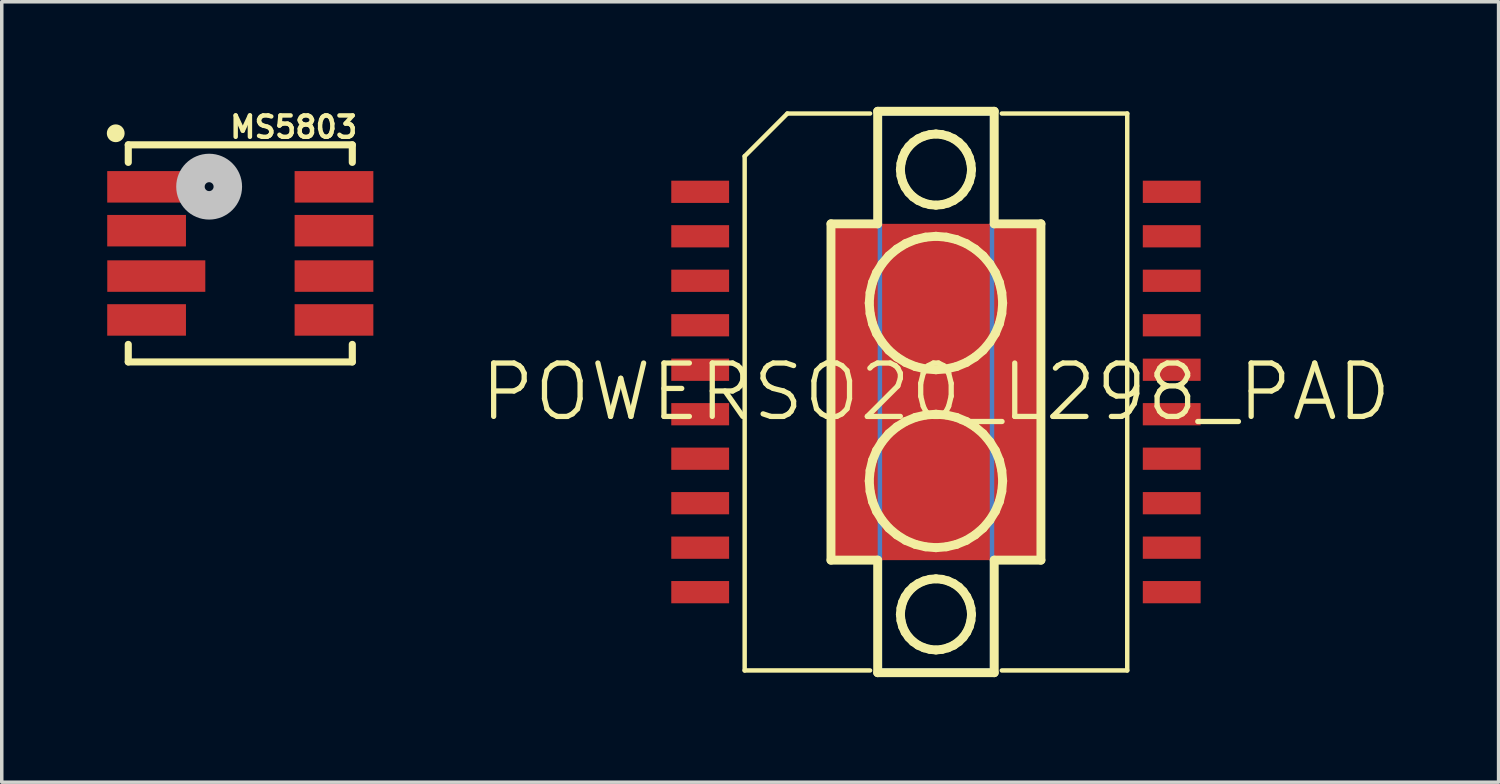
<source format=kicad_pcb>
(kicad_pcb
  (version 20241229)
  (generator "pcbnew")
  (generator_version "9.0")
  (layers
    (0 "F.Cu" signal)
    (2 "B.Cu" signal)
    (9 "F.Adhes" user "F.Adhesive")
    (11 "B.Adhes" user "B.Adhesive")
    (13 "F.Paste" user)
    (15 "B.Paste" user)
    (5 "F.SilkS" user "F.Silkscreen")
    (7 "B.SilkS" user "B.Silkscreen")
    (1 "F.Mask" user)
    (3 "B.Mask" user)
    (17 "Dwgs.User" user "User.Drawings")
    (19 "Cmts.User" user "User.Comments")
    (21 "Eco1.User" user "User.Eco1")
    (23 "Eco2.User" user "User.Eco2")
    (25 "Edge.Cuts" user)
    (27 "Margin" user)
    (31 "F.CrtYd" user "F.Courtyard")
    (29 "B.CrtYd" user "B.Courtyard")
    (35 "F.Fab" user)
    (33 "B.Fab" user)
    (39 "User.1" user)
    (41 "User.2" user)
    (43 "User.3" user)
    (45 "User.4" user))
  (footprint "MS5803"
    (layer "F.Cu")
    (at 3.81 4.184)
    (property "Reference" "MS5803" (at 1.524 -3.604 0) (layer "F.SilkS") (effects (font (size 0.61 0.61) (thickness 0.127))))
    (attr smd)
    (fp_line (start -3.198 -3.099) (end -3.198 -2.598) (stroke (width 0.203) (type solid)) (layer "F.SilkS"))
    (fp_line (start -3.198 -3.099) (end 3.198 -3.099) (stroke (width 0.203) (type solid)) (layer "F.SilkS"))
    (fp_line (start -3.198 3.099) (end -3.198 2.598) (stroke (width 0.203) (type solid)) (layer "F.SilkS"))
    (fp_line (start 3.198 -3.099) (end 3.198 -2.598) (stroke (width 0.203) (type solid)) (layer "F.SilkS"))
    (fp_line (start 3.198 3.099) (end -3.198 3.099) (stroke (width 0.203) (type solid)) (layer "F.SilkS"))
    (fp_line (start 3.198 3.099) (end 3.198 2.598) (stroke (width 0.203) (type solid)) (layer "F.SilkS"))
    (fp_circle (center -3.556 -3.429) (end -3.556 -3.683) (stroke (width 0) (type solid)) (fill yes) (layer "F.SilkS"))
    (fp_circle (center -0.889 -1.905) (end -0.889 -2.032) (stroke (width 0.813) (type solid)) (fill no) (layer "Dwgs.User"))
    (pad "1" smd rect (at -2.675 -1.9 90) (size 0.899 2.248) (layers "F.Cu" "F.Mask" "F.Paste"))
    (pad "2" smd rect (at -2.675 -0.648 90) (size 0.899 2.248) (layers "F.Cu" "F.Mask" "F.Paste"))
    (pad "3" smd rect (at -2.398 0.648 90) (size 0.899 2.799) (layers "F.Cu" "F.Mask" "F.Paste"))
    (pad "4" smd rect (at -2.675 1.9 90) (size 0.899 2.248) (layers "F.Cu" "F.Mask" "F.Paste"))
    (pad "5" smd rect (at 2.675 1.9 90) (size 0.899 2.248) (layers "F.Cu" "F.Mask" "F.Paste"))
    (pad "6" smd rect (at 2.675 0.648 90) (size 0.899 2.248) (layers "F.Cu" "F.Mask" "F.Paste"))
    (pad "7" smd rect (at 2.675 -0.648 90) (size 0.899 2.248) (layers "F.Cu" "F.Mask" "F.Paste"))
    (pad "8" smd rect (at 2.675 -1.9 90) (size 0.899 2.248) (layers "F.Cu" "F.Mask" "F.Paste")))
  (footprint "POWERSO20_L298_PAD"
    (layer "F.Cu")
    (at 23.671 8.141)
    (property "Reference" "POWERSO20_L298_PAD" (at 0 0 0) (layer "F.SilkS") (effects (font (size 1.524 1.524) (thickness 0.15))))
    (attr smd)
    (fp_line (start -1.6 -7.95) (end 1.6 -7.95) (stroke (width 0.127) (type solid)) (layer "B.Cu"))
    (fp_line (start -1.6 7.95) (end -1.6 -7.95) (stroke (width 0.127) (type solid)) (layer "B.Cu"))
    (fp_line (start 1.6 -7.95) (end 1.6 7.95) (stroke (width 0.127) (type solid)) (layer "B.Cu"))
    (fp_line (start 1.6 7.95) (end -1.6 7.95) (stroke (width 0.127) (type solid)) (layer "B.Cu"))
    (fp_line (start -5.461 -6.731) (end -5.461 7.95) (stroke (width 0.127) (type solid)) (layer "F.SilkS"))
    (fp_line (start -5.461 -6.731) (end -4.242 -7.95) (stroke (width 0.127) (type solid)) (layer "F.SilkS"))
    (fp_line (start -5.461 7.95) (end -1.88 7.95) (stroke (width 0.127) (type solid)) (layer "F.SilkS"))
    (fp_line (start -4.242 -7.95) (end -1.88 -7.95) (stroke (width 0.127) (type solid)) (layer "F.SilkS"))
    (fp_line (start -2.997 -4.801) (end -1.664 -4.801) (stroke (width 0.254) (type solid)) (layer "F.SilkS"))
    (fp_line (start -2.997 4.801) (end -2.997 -4.801) (stroke (width 0.254) (type solid)) (layer "F.SilkS"))
    (fp_line (start -1.905 -2.54) (end -1.88 -2.837) (stroke (width 0.254) (type solid)) (layer "F.SilkS"))
    (fp_line (start -1.905 2.54) (end -1.88 2.24) (stroke (width 0.254) (type solid)) (layer "F.SilkS"))
    (fp_line (start -1.88 -2.837) (end -1.811 -3.127) (stroke (width 0.254) (type solid)) (layer "F.SilkS"))
    (fp_line (start -1.88 -2.24) (end -1.905 -2.54) (stroke (width 0.254) (type solid)) (layer "F.SilkS"))
    (fp_line (start -1.88 2.24) (end -1.811 1.951) (stroke (width 0.254) (type solid)) (layer "F.SilkS"))
    (fp_line (start -1.88 2.837) (end -1.905 2.54) (stroke (width 0.254) (type solid)) (layer "F.SilkS"))
    (fp_line (start -1.811 -3.127) (end -1.697 -3.404) (stroke (width 0.254) (type solid)) (layer "F.SilkS"))
    (fp_line (start -1.811 -1.951) (end -1.88 -2.24) (stroke (width 0.254) (type solid)) (layer "F.SilkS"))
    (fp_line (start -1.811 1.951) (end -1.697 1.674) (stroke (width 0.254) (type solid)) (layer "F.SilkS"))
    (fp_line (start -1.811 3.127) (end -1.88 2.837) (stroke (width 0.254) (type solid)) (layer "F.SilkS"))
    (fp_line (start -1.697 -3.404) (end -1.539 -3.658) (stroke (width 0.254) (type solid)) (layer "F.SilkS"))
    (fp_line (start -1.697 -1.674) (end -1.811 -1.951) (stroke (width 0.254) (type solid)) (layer "F.SilkS"))
    (fp_line (start -1.697 1.674) (end -1.539 1.42) (stroke (width 0.254) (type solid)) (layer "F.SilkS"))
    (fp_line (start -1.697 3.404) (end -1.811 3.127) (stroke (width 0.254) (type solid)) (layer "F.SilkS"))
    (fp_line (start -1.664 -8.014) (end 1.664 -8.014) (stroke (width 0.254) (type solid)) (layer "F.SilkS"))
    (fp_line (start -1.664 -4.801) (end -1.664 -8.014) (stroke (width 0.254) (type solid)) (layer "F.SilkS"))
    (fp_line (start -1.664 4.801) (end -2.997 4.801) (stroke (width 0.254) (type solid)) (layer "F.SilkS"))
    (fp_line (start -1.664 8.014) (end -1.664 4.801) (stroke (width 0.254) (type solid)) (layer "F.SilkS"))
    (fp_line (start -1.539 -3.658) (end -1.346 -3.886) (stroke (width 0.254) (type solid)) (layer "F.SilkS"))
    (fp_line (start -1.539 -1.42) (end -1.697 -1.674) (stroke (width 0.254) (type solid)) (layer "F.SilkS"))
    (fp_line (start -1.539 1.42) (end -1.346 1.191) (stroke (width 0.254) (type solid)) (layer "F.SilkS"))
    (fp_line (start -1.539 3.658) (end -1.697 3.404) (stroke (width 0.254) (type solid)) (layer "F.SilkS"))
    (fp_line (start -1.346 -3.886) (end -1.118 -4.079) (stroke (width 0.254) (type solid)) (layer "F.SilkS"))
    (fp_line (start -1.346 -1.191) (end -1.539 -1.42) (stroke (width 0.254) (type solid)) (layer "F.SilkS"))
    (fp_line (start -1.346 1.191) (end -1.118 0.998) (stroke (width 0.254) (type solid)) (layer "F.SilkS"))
    (fp_line (start -1.346 3.886) (end -1.539 3.658) (stroke (width 0.254) (type solid)) (layer "F.SilkS"))
    (fp_line (start -1.118 -4.079) (end -0.864 -4.237) (stroke (width 0.254) (type solid)) (layer "F.SilkS"))
    (fp_line (start -1.118 -0.998) (end -1.346 -1.191) (stroke (width 0.254) (type solid)) (layer "F.SilkS"))
    (fp_line (start -1.118 0.998) (end -0.864 0.841) (stroke (width 0.254) (type solid)) (layer "F.SilkS"))
    (fp_line (start -1.118 4.079) (end -1.346 3.886) (stroke (width 0.254) (type solid)) (layer "F.SilkS"))
    (fp_line (start -1.016 -6.35) (end -0.998 -6.525) (stroke (width 0.254) (type solid)) (layer "F.SilkS"))
    (fp_line (start -1.016 6.35) (end -0.998 6.172) (stroke (width 0.254) (type solid)) (layer "F.SilkS"))
    (fp_line (start -0.998 -6.525) (end -0.953 -6.695) (stroke (width 0.254) (type solid)) (layer "F.SilkS"))
    (fp_line (start -0.998 -6.172) (end -1.016 -6.35) (stroke (width 0.254) (type solid)) (layer "F.SilkS"))
    (fp_line (start -0.998 6.172) (end -0.953 6.002) (stroke (width 0.254) (type solid)) (layer "F.SilkS"))
    (fp_line (start -0.998 6.525) (end -1.016 6.35) (stroke (width 0.254) (type solid)) (layer "F.SilkS"))
    (fp_line (start -0.953 -6.695) (end -0.879 -6.858) (stroke (width 0.254) (type solid)) (layer "F.SilkS"))
    (fp_line (start -0.953 -6.002) (end -0.998 -6.172) (stroke (width 0.254) (type solid)) (layer "F.SilkS"))
    (fp_line (start -0.953 6.002) (end -0.879 5.842) (stroke (width 0.254) (type solid)) (layer "F.SilkS"))
    (fp_line (start -0.953 6.695) (end -0.998 6.525) (stroke (width 0.254) (type solid)) (layer "F.SilkS"))
    (fp_line (start -0.879 -6.858) (end -0.777 -7.003) (stroke (width 0.254) (type solid)) (layer "F.SilkS"))
    (fp_line (start -0.879 -5.842) (end -0.953 -6.002) (stroke (width 0.254) (type solid)) (layer "F.SilkS"))
    (fp_line (start -0.879 5.842) (end -0.777 5.695) (stroke (width 0.254) (type solid)) (layer "F.SilkS"))
    (fp_line (start -0.879 6.858) (end -0.953 6.695) (stroke (width 0.254) (type solid)) (layer "F.SilkS"))
    (fp_line (start -0.864 -4.237) (end -0.587 -4.351) (stroke (width 0.254) (type solid)) (layer "F.SilkS"))
    (fp_line (start -0.864 -0.841) (end -1.118 -0.998) (stroke (width 0.254) (type solid)) (layer "F.SilkS"))
    (fp_line (start -0.864 0.841) (end -0.587 0.726) (stroke (width 0.254) (type solid)) (layer "F.SilkS"))
    (fp_line (start -0.864 4.237) (end -1.118 4.079) (stroke (width 0.254) (type solid)) (layer "F.SilkS"))
    (fp_line (start -0.777 -7.003) (end -0.653 -7.127) (stroke (width 0.254) (type solid)) (layer "F.SilkS"))
    (fp_line (start -0.777 -5.695) (end -0.879 -5.842) (stroke (width 0.254) (type solid)) (layer "F.SilkS"))
    (fp_line (start -0.777 5.695) (end -0.653 5.57) (stroke (width 0.254) (type solid)) (layer "F.SilkS"))
    (fp_line (start -0.777 7.003) (end -0.879 6.858) (stroke (width 0.254) (type solid)) (layer "F.SilkS"))
    (fp_line (start -0.653 -7.127) (end -0.508 -7.229) (stroke (width 0.254) (type solid)) (layer "F.SilkS"))
    (fp_line (start -0.653 -5.57) (end -0.777 -5.695) (stroke (width 0.254) (type solid)) (layer "F.SilkS"))
    (fp_line (start -0.653 5.57) (end -0.508 5.469) (stroke (width 0.254) (type solid)) (layer "F.SilkS"))
    (fp_line (start -0.653 7.127) (end -0.777 7.003) (stroke (width 0.254) (type solid)) (layer "F.SilkS"))
    (fp_line (start -0.587 -4.351) (end -0.297 -4.42) (stroke (width 0.254) (type solid)) (layer "F.SilkS"))
    (fp_line (start -0.587 -0.726) (end -0.864 -0.841) (stroke (width 0.254) (type solid)) (layer "F.SilkS"))
    (fp_line (start -0.587 0.726) (end -0.297 0.658) (stroke (width 0.254) (type solid)) (layer "F.SilkS"))
    (fp_line (start -0.587 4.351) (end -0.864 4.237) (stroke (width 0.254) (type solid)) (layer "F.SilkS"))
    (fp_line (start -0.508 -7.229) (end -0.345 -7.303) (stroke (width 0.254) (type solid)) (layer "F.SilkS"))
    (fp_line (start -0.508 -5.469) (end -0.653 -5.57) (stroke (width 0.254) (type solid)) (layer "F.SilkS"))
    (fp_line (start -0.508 5.469) (end -0.345 5.395) (stroke (width 0.254) (type solid)) (layer "F.SilkS"))
    (fp_line (start -0.508 7.229) (end -0.653 7.127) (stroke (width 0.254) (type solid)) (layer "F.SilkS"))
    (fp_line (start -0.345 -7.303) (end -0.175 -7.348) (stroke (width 0.254) (type solid)) (layer "F.SilkS"))
    (fp_line (start -0.345 -5.395) (end -0.508 -5.469) (stroke (width 0.254) (type solid)) (layer "F.SilkS"))
    (fp_line (start -0.345 5.395) (end -0.175 5.349) (stroke (width 0.254) (type solid)) (layer "F.SilkS"))
    (fp_line (start -0.345 7.303) (end -0.508 7.229) (stroke (width 0.254) (type solid)) (layer "F.SilkS"))
    (fp_line (start -0.297 -4.42) (end 0 -4.445) (stroke (width 0.254) (type solid)) (layer "F.SilkS"))
    (fp_line (start -0.297 -0.658) (end -0.587 -0.726) (stroke (width 0.254) (type solid)) (layer "F.SilkS"))
    (fp_line (start -0.297 0.658) (end 0 0.635) (stroke (width 0.254) (type solid)) (layer "F.SilkS"))
    (fp_line (start -0.297 4.42) (end -0.587 4.351) (stroke (width 0.254) (type solid)) (layer "F.SilkS"))
    (fp_line (start -0.175 -7.348) (end 0 -7.366) (stroke (width 0.254) (type solid)) (layer "F.SilkS"))
    (fp_line (start -0.175 -5.349) (end -0.345 -5.395) (stroke (width 0.254) (type solid)) (layer "F.SilkS"))
    (fp_line (start -0.175 5.349) (end 0 5.334) (stroke (width 0.254) (type solid)) (layer "F.SilkS"))
    (fp_line (start -0.175 7.348) (end -0.345 7.303) (stroke (width 0.254) (type solid)) (layer "F.SilkS"))
    (fp_line (start 0 -7.366) (end 0.175 -7.348) (stroke (width 0.254) (type solid)) (layer "F.SilkS"))
    (fp_line (start 0 -5.334) (end -0.175 -5.349) (stroke (width 0.254) (type solid)) (layer "F.SilkS"))
    (fp_line (start 0 -4.445) (end 0.297 -4.42) (stroke (width 0.254) (type solid)) (layer "F.SilkS"))
    (fp_line (start 0 -0.635) (end -0.297 -0.658) (stroke (width 0.254) (type solid)) (layer "F.SilkS"))
    (fp_line (start 0 0.635) (end 0.297 0.658) (stroke (width 0.254) (type solid)) (layer "F.SilkS"))
    (fp_line (start 0 4.445) (end -0.297 4.42) (stroke (width 0.254) (type solid)) (layer "F.SilkS"))
    (fp_line (start 0 5.334) (end 0.175 5.349) (stroke (width 0.254) (type solid)) (layer "F.SilkS"))
    (fp_line (start 0 7.366) (end -0.175 7.348) (stroke (width 0.254) (type solid)) (layer "F.SilkS"))
    (fp_line (start 0.175 -7.348) (end 0.345 -7.303) (stroke (width 0.254) (type solid)) (layer "F.SilkS"))
    (fp_line (start 0.175 -5.349) (end 0 -5.334) (stroke (width 0.254) (type solid)) (layer "F.SilkS"))
    (fp_line (start 0.175 5.349) (end 0.345 5.395) (stroke (width 0.254) (type solid)) (layer "F.SilkS"))
    (fp_line (start 0.175 7.348) (end 0 7.366) (stroke (width 0.254) (type solid)) (layer "F.SilkS"))
    (fp_line (start 0.297 -4.42) (end 0.587 -4.351) (stroke (width 0.254) (type solid)) (layer "F.SilkS"))
    (fp_line (start 0.297 -0.658) (end 0 -0.635) (stroke (width 0.254) (type solid)) (layer "F.SilkS"))
    (fp_line (start 0.297 0.658) (end 0.587 0.726) (stroke (width 0.254) (type solid)) (layer "F.SilkS"))
    (fp_line (start 0.297 4.42) (end 0 4.445) (stroke (width 0.254) (type solid)) (layer "F.SilkS"))
    (fp_line (start 0.345 -7.303) (end 0.508 -7.229) (stroke (width 0.254) (type solid)) (layer "F.SilkS"))
    (fp_line (start 0.345 -5.395) (end 0.175 -5.349) (stroke (width 0.254) (type solid)) (layer "F.SilkS"))
    (fp_line (start 0.345 5.395) (end 0.508 5.469) (stroke (width 0.254) (type solid)) (layer "F.SilkS"))
    (fp_line (start 0.345 7.303) (end 0.175 7.348) (stroke (width 0.254) (type solid)) (layer "F.SilkS"))
    (fp_line (start 0.508 -7.229) (end 0.653 -7.127) (stroke (width 0.254) (type solid)) (layer "F.SilkS"))
    (fp_line (start 0.508 -5.469) (end 0.345 -5.395) (stroke (width 0.254) (type solid)) (layer "F.SilkS"))
    (fp_line (start 0.508 5.469) (end 0.653 5.57) (stroke (width 0.254) (type solid)) (layer "F.SilkS"))
    (fp_line (start 0.508 7.229) (end 0.345 7.303) (stroke (width 0.254) (type solid)) (layer "F.SilkS"))
    (fp_line (start 0.587 -4.351) (end 0.864 -4.237) (stroke (width 0.254) (type solid)) (layer "F.SilkS"))
    (fp_line (start 0.587 -0.726) (end 0.297 -0.658) (stroke (width 0.254) (type solid)) (layer "F.SilkS"))
    (fp_line (start 0.587 0.726) (end 0.864 0.841) (stroke (width 0.254) (type solid)) (layer "F.SilkS"))
    (fp_line (start 0.587 4.351) (end 0.297 4.42) (stroke (width 0.254) (type solid)) (layer "F.SilkS"))
    (fp_line (start 0.653 -7.127) (end 0.777 -7.003) (stroke (width 0.254) (type solid)) (layer "F.SilkS"))
    (fp_line (start 0.653 -5.57) (end 0.508 -5.469) (stroke (width 0.254) (type solid)) (layer "F.SilkS"))
    (fp_line (start 0.653 5.57) (end 0.777 5.695) (stroke (width 0.254) (type solid)) (layer "F.SilkS"))
    (fp_line (start 0.653 7.127) (end 0.508 7.229) (stroke (width 0.254) (type solid)) (layer "F.SilkS"))
    (fp_line (start 0.777 -7.003) (end 0.879 -6.858) (stroke (width 0.254) (type solid)) (layer "F.SilkS"))
    (fp_line (start 0.777 -5.695) (end 0.653 -5.57) (stroke (width 0.254) (type solid)) (layer "F.SilkS"))
    (fp_line (start 0.777 5.695) (end 0.879 5.842) (stroke (width 0.254) (type solid)) (layer "F.SilkS"))
    (fp_line (start 0.777 7.003) (end 0.653 7.127) (stroke (width 0.254) (type solid)) (layer "F.SilkS"))
    (fp_line (start 0.864 -4.237) (end 1.118 -4.079) (stroke (width 0.254) (type solid)) (layer "F.SilkS"))
    (fp_line (start 0.864 -0.841) (end 0.587 -0.726) (stroke (width 0.254) (type solid)) (layer "F.SilkS"))
    (fp_line (start 0.864 0.841) (end 1.118 0.998) (stroke (width 0.254) (type solid)) (layer "F.SilkS"))
    (fp_line (start 0.864 4.237) (end 0.587 4.351) (stroke (width 0.254) (type solid)) (layer "F.SilkS"))
    (fp_line (start 0.879 -6.858) (end 0.953 -6.695) (stroke (width 0.254) (type solid)) (layer "F.SilkS"))
    (fp_line (start 0.879 -5.842) (end 0.777 -5.695) (stroke (width 0.254) (type solid)) (layer "F.SilkS"))
    (fp_line (start 0.879 5.842) (end 0.953 6.002) (stroke (width 0.254) (type solid)) (layer "F.SilkS"))
    (fp_line (start 0.879 6.858) (end 0.777 7.003) (stroke (width 0.254) (type solid)) (layer "F.SilkS"))
    (fp_line (start 0.953 -6.695) (end 0.998 -6.525) (stroke (width 0.254) (type solid)) (layer "F.SilkS"))
    (fp_line (start 0.953 -6.002) (end 0.879 -5.842) (stroke (width 0.254) (type solid)) (layer "F.SilkS"))
    (fp_line (start 0.953 6.002) (end 0.998 6.172) (stroke (width 0.254) (type solid)) (layer "F.SilkS"))
    (fp_line (start 0.953 6.695) (end 0.879 6.858) (stroke (width 0.254) (type solid)) (layer "F.SilkS"))
    (fp_line (start 0.998 -6.525) (end 1.016 -6.35) (stroke (width 0.254) (type solid)) (layer "F.SilkS"))
    (fp_line (start 0.998 -6.172) (end 0.953 -6.002) (stroke (width 0.254) (type solid)) (layer "F.SilkS"))
    (fp_line (start 0.998 6.172) (end 1.016 6.35) (stroke (width 0.254) (type solid)) (layer "F.SilkS"))
    (fp_line (start 0.998 6.525) (end 0.953 6.695) (stroke (width 0.254) (type solid)) (layer "F.SilkS"))
    (fp_line (start 1.016 -6.35) (end 0.998 -6.172) (stroke (width 0.254) (type solid)) (layer "F.SilkS"))
    (fp_line (start 1.016 6.35) (end 0.998 6.525) (stroke (width 0.254) (type solid)) (layer "F.SilkS"))
    (fp_line (start 1.118 -4.079) (end 1.346 -3.886) (stroke (width 0.254) (type solid)) (layer "F.SilkS"))
    (fp_line (start 1.118 -0.998) (end 0.864 -0.841) (stroke (width 0.254) (type solid)) (layer "F.SilkS"))
    (fp_line (start 1.118 0.998) (end 1.346 1.191) (stroke (width 0.254) (type solid)) (layer "F.SilkS"))
    (fp_line (start 1.118 4.079) (end 0.864 4.237) (stroke (width 0.254) (type solid)) (layer "F.SilkS"))
    (fp_line (start 1.346 -3.886) (end 1.539 -3.658) (stroke (width 0.254) (type solid)) (layer "F.SilkS"))
    (fp_line (start 1.346 -1.191) (end 1.118 -0.998) (stroke (width 0.254) (type solid)) (layer "F.SilkS"))
    (fp_line (start 1.346 1.191) (end 1.539 1.42) (stroke (width 0.254) (type solid)) (layer "F.SilkS"))
    (fp_line (start 1.346 3.886) (end 1.118 4.079) (stroke (width 0.254) (type solid)) (layer "F.SilkS"))
    (fp_line (start 1.539 -3.658) (end 1.697 -3.404) (stroke (width 0.254) (type solid)) (layer "F.SilkS"))
    (fp_line (start 1.539 -1.42) (end 1.346 -1.191) (stroke (width 0.254) (type solid)) (layer "F.SilkS"))
    (fp_line (start 1.539 1.42) (end 1.697 1.674) (stroke (width 0.254) (type solid)) (layer "F.SilkS"))
    (fp_line (start 1.539 3.658) (end 1.346 3.886) (stroke (width 0.254) (type solid)) (layer "F.SilkS"))
    (fp_line (start 1.664 -8.014) (end 1.664 -4.801) (stroke (width 0.254) (type solid)) (layer "F.SilkS"))
    (fp_line (start 1.664 -4.801) (end 2.997 -4.801) (stroke (width 0.254) (type solid)) (layer "F.SilkS"))
    (fp_line (start 1.664 4.801) (end 1.664 8.014) (stroke (width 0.254) (type solid)) (layer "F.SilkS"))
    (fp_line (start 1.664 8.014) (end -1.664 8.014) (stroke (width 0.254) (type solid)) (layer "F.SilkS"))
    (fp_line (start 1.697 -3.404) (end 1.811 -3.127) (stroke (width 0.254) (type solid)) (layer "F.SilkS"))
    (fp_line (start 1.697 -1.674) (end 1.539 -1.42) (stroke (width 0.254) (type solid)) (layer "F.SilkS"))
    (fp_line (start 1.697 1.674) (end 1.811 1.951) (stroke (width 0.254) (type solid)) (layer "F.SilkS"))
    (fp_line (start 1.697 3.404) (end 1.539 3.658) (stroke (width 0.254) (type solid)) (layer "F.SilkS"))
    (fp_line (start 1.811 -3.127) (end 1.88 -2.837) (stroke (width 0.254) (type solid)) (layer "F.SilkS"))
    (fp_line (start 1.811 -1.951) (end 1.697 -1.674) (stroke (width 0.254) (type solid)) (layer "F.SilkS"))
    (fp_line (start 1.811 1.951) (end 1.88 2.24) (stroke (width 0.254) (type solid)) (layer "F.SilkS"))
    (fp_line (start 1.811 3.127) (end 1.697 3.404) (stroke (width 0.254) (type solid)) (layer "F.SilkS"))
    (fp_line (start 1.88 -7.95) (end 5.461 -7.95) (stroke (width 0.127) (type solid)) (layer "F.SilkS"))
    (fp_line (start 1.88 -2.837) (end 1.905 -2.54) (stroke (width 0.254) (type solid)) (layer "F.SilkS"))
    (fp_line (start 1.88 -2.24) (end 1.811 -1.951) (stroke (width 0.254) (type solid)) (layer "F.SilkS"))
    (fp_line (start 1.88 2.24) (end 1.905 2.54) (stroke (width 0.254) (type solid)) (layer "F.SilkS"))
    (fp_line (start 1.88 2.837) (end 1.811 3.127) (stroke (width 0.254) (type solid)) (layer "F.SilkS"))
    (fp_line (start 1.88 7.95) (end 5.461 7.95) (stroke (width 0.127) (type solid)) (layer "F.SilkS"))
    (fp_line (start 1.905 -2.54) (end 1.88 -2.24) (stroke (width 0.254) (type solid)) (layer "F.SilkS"))
    (fp_line (start 1.905 2.54) (end 1.88 2.837) (stroke (width 0.254) (type solid)) (layer "F.SilkS"))
    (fp_line (start 2.997 -4.801) (end 2.997 4.801) (stroke (width 0.254) (type solid)) (layer "F.SilkS"))
    (fp_line (start 2.997 4.801) (end 1.664 4.801) (stroke (width 0.254) (type solid)) (layer "F.SilkS"))
    (fp_line (start 5.461 -7.95) (end 5.461 7.95) (stroke (width 0.127) (type solid)) (layer "F.SilkS"))
    (pad "1" smd rect (at -6.731 -5.715) (size 1.651 0.635) (layers "F.Cu" "F.Mask" "F.Paste"))
    (pad "2" smd rect (at -6.731 -4.445) (size 1.651 0.635) (layers "F.Cu" "F.Mask" "F.Paste"))
    (pad "3" smd rect (at -6.731 -3.175) (size 1.651 0.635) (layers "F.Cu" "F.Mask" "F.Paste"))
    (pad "4" smd rect (at -6.731 -1.905) (size 1.651 0.635) (layers "F.Cu" "F.Mask" "F.Paste"))
    (pad "5" smd rect (at -6.731 -0.635) (size 1.651 0.635) (layers "F.Cu" "F.Mask" "F.Paste"))
    (pad "6" smd rect (at -6.731 0.635) (size 1.651 0.635) (layers "F.Cu" "F.Mask" "F.Paste"))
    (pad "7" smd rect (at -6.731 1.905) (size 1.651 0.635) (layers "F.Cu" "F.Mask" "F.Paste"))
    (pad "8" smd rect (at -6.731 3.175) (size 1.651 0.635) (layers "F.Cu" "F.Mask" "F.Paste"))
    (pad "9" smd rect (at -6.731 4.445) (size 1.651 0.635) (layers "F.Cu" "F.Mask" "F.Paste"))
    (pad "10" smd rect (at -6.731 5.715) (size 1.651 0.635) (layers "F.Cu" "F.Mask" "F.Paste"))
    (pad "11" smd rect (at 6.731 5.715) (size 1.651 0.635) (layers "F.Cu" "F.Mask" "F.Paste"))
    (pad "12" smd rect (at 6.731 4.445) (size 1.651 0.635) (layers "F.Cu" "F.Mask" "F.Paste"))
    (pad "13" smd rect (at 6.731 3.175) (size 1.651 0.635) (layers "F.Cu" "F.Mask" "F.Paste"))
    (pad "14" smd rect (at 6.731 1.905) (size 1.651 0.635) (layers "F.Cu" "F.Mask" "F.Paste"))
    (pad "15" smd rect (at 6.731 0.635) (size 1.651 0.635) (layers "F.Cu" "F.Mask" "F.Paste"))
    (pad "16" smd rect (at 6.731 -0.635) (size 1.651 0.635) (layers "F.Cu" "F.Mask" "F.Paste"))
    (pad "17" smd rect (at 6.731 -1.905) (size 1.651 0.635) (layers "F.Cu" "F.Mask" "F.Paste"))
    (pad "18" smd rect (at 6.731 -3.175) (size 1.651 0.635) (layers "F.Cu" "F.Mask" "F.Paste"))
    (pad "19" smd rect (at 6.731 -4.445) (size 1.651 0.635) (layers "F.Cu" "F.Mask" "F.Paste"))
    (pad "20" smd rect (at 6.731 -5.715) (size 1.651 0.635) (layers "F.Cu" "F.Mask" "F.Paste"))
    (pad "PAD" smd rect (at 0 0) (size 5.994 9.601) (layers "F.Cu" "F.Mask" "F.Paste")))
  (gr_rect
    (start -3 -3)
    (end 39.734 19.281)
    (stroke (width 0.1) (type default))
    (fill no)
    (layer "Edge.Cuts")))
</source>
